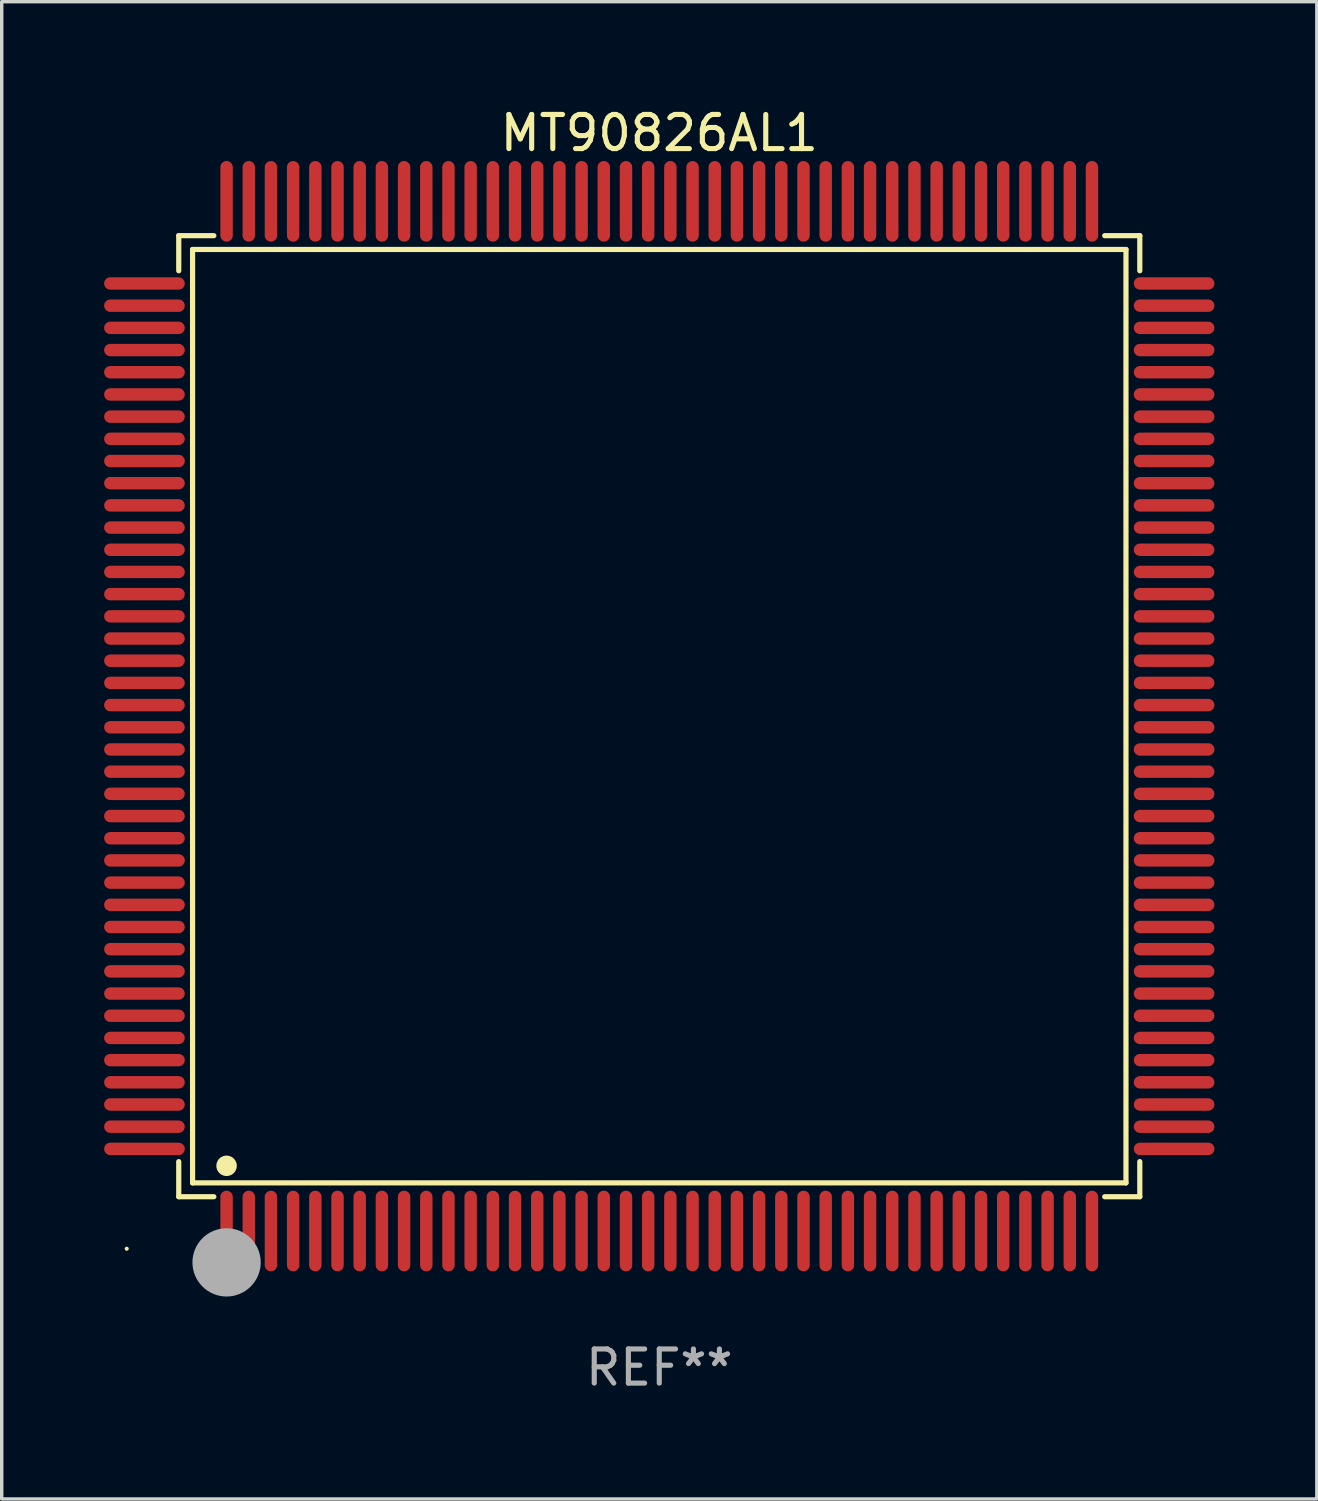
<source format=kicad_pcb>
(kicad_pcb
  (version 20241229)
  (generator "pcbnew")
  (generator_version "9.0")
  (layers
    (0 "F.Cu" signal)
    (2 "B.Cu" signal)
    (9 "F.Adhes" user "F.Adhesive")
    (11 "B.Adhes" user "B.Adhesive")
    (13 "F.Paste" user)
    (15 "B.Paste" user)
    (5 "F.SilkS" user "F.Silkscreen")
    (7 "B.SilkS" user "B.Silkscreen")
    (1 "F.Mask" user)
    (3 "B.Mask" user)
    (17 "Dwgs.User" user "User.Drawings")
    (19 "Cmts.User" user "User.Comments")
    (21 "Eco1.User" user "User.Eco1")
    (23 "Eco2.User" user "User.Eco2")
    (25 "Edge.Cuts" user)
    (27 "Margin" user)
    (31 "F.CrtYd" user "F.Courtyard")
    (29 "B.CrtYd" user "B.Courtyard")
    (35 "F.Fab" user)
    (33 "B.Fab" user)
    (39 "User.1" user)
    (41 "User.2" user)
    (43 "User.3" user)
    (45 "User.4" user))
  (footprint "MT90826AL1"
    (layer "F.Cu")
    (at 16.262 17.929)
    (property "Reference" "MT90826AL1" (at 0 -17.081 0) (layer "F.SilkS") (effects (font (size 1 1) (thickness 0.15))))
    (attr through_hole)
    (fp_line (start -14.076 -14.076) (end -13.048 -14.076) (stroke (width 0.152) (type solid)) (layer "F.SilkS"))
    (fp_line (start -14.076 -13.048) (end -14.076 -14.076) (stroke (width 0.152) (type solid)) (layer "F.SilkS"))
    (fp_line (start -14.076 13.048) (end -14.076 14.076) (stroke (width 0.152) (type solid)) (layer "F.SilkS"))
    (fp_line (start -14.076 14.076) (end -13.048 14.076) (stroke (width 0.152) (type solid)) (layer "F.SilkS"))
    (fp_line (start -13.671 -13.671) (end 13.671 -13.671) (stroke (width 0.152) (type solid)) (layer "F.SilkS"))
    (fp_line (start -13.671 13.671) (end -13.671 -13.671) (stroke (width 0.152) (type solid)) (layer "F.SilkS"))
    (fp_line (start 13.671 -13.671) (end 13.671 13.671) (stroke (width 0.152) (type solid)) (layer "F.SilkS"))
    (fp_line (start 13.671 13.671) (end -13.671 13.671) (stroke (width 0.152) (type solid)) (layer "F.SilkS"))
    (fp_line (start 14.076 -14.076) (end 13.048 -14.076) (stroke (width 0.152) (type solid)) (layer "F.SilkS"))
    (fp_line (start 14.076 -13.048) (end 14.076 -14.076) (stroke (width 0.152) (type solid)) (layer "F.SilkS"))
    (fp_line (start 14.076 13.048) (end 14.076 14.076) (stroke (width 0.152) (type solid)) (layer "F.SilkS"))
    (fp_line (start 14.076 14.076) (end 13.048 14.076) (stroke (width 0.152) (type solid)) (layer "F.SilkS"))
    (fp_circle (center -15.6 15.6) (end -15.57 15.6) (stroke (width 0.06) (type solid)) (fill no) (layer "F.SilkS"))
    (fp_circle (center -12.675 13.171) (end -12.525 13.171) (stroke (width 0.3) (type solid)) (fill no) (layer "F.SilkS"))
    (fp_circle (center -12.675 16.562) (end -12.575 16.562) (stroke (width 0.2) (type solid)) (fill no) (layer "F.SilkS"))
    (fp_circle (center -12.675 16) (end -12.175 16) (stroke (width 1) (type solid)) (fill no) (layer "F.Fab"))
    (fp_text user "REF**" (at 0 19.081 0) (layer "F.Fab") (effects (font (size 1 1) (thickness 0.15))))
    (pad "1" smd oval (at -12.675 15.081) (size 0.364 2.362) (layers "F.Cu" "F.Mask" "F.Paste"))
    (pad "2" smd oval (at -12.025 15.081) (size 0.364 2.362) (layers "F.Cu" "F.Mask" "F.Paste"))
    (pad "3" smd oval (at -11.375 15.081) (size 0.364 2.362) (layers "F.Cu" "F.Mask" "F.Paste"))
    (pad "4" smd oval (at -10.725 15.081) (size 0.364 2.362) (layers "F.Cu" "F.Mask" "F.Paste"))
    (pad "5" smd oval (at -10.075 15.081) (size 0.364 2.362) (layers "F.Cu" "F.Mask" "F.Paste"))
    (pad "6" smd oval (at -9.425 15.081) (size 0.364 2.362) (layers "F.Cu" "F.Mask" "F.Paste"))
    (pad "7" smd oval (at -8.775 15.081) (size 0.364 2.362) (layers "F.Cu" "F.Mask" "F.Paste"))
    (pad "8" smd oval (at -8.125 15.081) (size 0.364 2.362) (layers "F.Cu" "F.Mask" "F.Paste"))
    (pad "9" smd oval (at -7.475 15.081) (size 0.364 2.362) (layers "F.Cu" "F.Mask" "F.Paste"))
    (pad "10" smd oval (at -6.825 15.081) (size 0.364 2.362) (layers "F.Cu" "F.Mask" "F.Paste"))
    (pad "11" smd oval (at -6.175 15.081) (size 0.364 2.362) (layers "F.Cu" "F.Mask" "F.Paste"))
    (pad "12" smd oval (at -5.525 15.081) (size 0.364 2.362) (layers "F.Cu" "F.Mask" "F.Paste"))
    (pad "13" smd oval (at -4.875 15.081) (size 0.364 2.362) (layers "F.Cu" "F.Mask" "F.Paste"))
    (pad "14" smd oval (at -4.225 15.081) (size 0.364 2.362) (layers "F.Cu" "F.Mask" "F.Paste"))
    (pad "15" smd oval (at -3.575 15.081) (size 0.364 2.362) (layers "F.Cu" "F.Mask" "F.Paste"))
    (pad "16" smd oval (at -2.925 15.081) (size 0.364 2.362) (layers "F.Cu" "F.Mask" "F.Paste"))
    (pad "17" smd oval (at -2.275 15.081) (size 0.364 2.362) (layers "F.Cu" "F.Mask" "F.Paste"))
    (pad "18" smd oval (at -1.625 15.081) (size 0.364 2.362) (layers "F.Cu" "F.Mask" "F.Paste"))
    (pad "19" smd oval (at -0.975 15.081) (size 0.364 2.362) (layers "F.Cu" "F.Mask" "F.Paste"))
    (pad "20" smd oval (at -0.325 15.081) (size 0.364 2.362) (layers "F.Cu" "F.Mask" "F.Paste"))
    (pad "21" smd oval (at 0.325 15.081) (size 0.364 2.362) (layers "F.Cu" "F.Mask" "F.Paste"))
    (pad "22" smd oval (at 0.975 15.081) (size 0.364 2.362) (layers "F.Cu" "F.Mask" "F.Paste"))
    (pad "23" smd oval (at 1.625 15.081) (size 0.364 2.362) (layers "F.Cu" "F.Mask" "F.Paste"))
    (pad "24" smd oval (at 2.275 15.081) (size 0.364 2.362) (layers "F.Cu" "F.Mask" "F.Paste"))
    (pad "25" smd oval (at 2.925 15.081) (size 0.364 2.362) (layers "F.Cu" "F.Mask" "F.Paste"))
    (pad "26" smd oval (at 3.575 15.081) (size 0.364 2.362) (layers "F.Cu" "F.Mask" "F.Paste"))
    (pad "27" smd oval (at 4.225 15.081) (size 0.364 2.362) (layers "F.Cu" "F.Mask" "F.Paste"))
    (pad "28" smd oval (at 4.875 15.081) (size 0.364 2.362) (layers "F.Cu" "F.Mask" "F.Paste"))
    (pad "29" smd oval (at 5.525 15.081) (size 0.364 2.362) (layers "F.Cu" "F.Mask" "F.Paste"))
    (pad "30" smd oval (at 6.175 15.081) (size 0.364 2.362) (layers "F.Cu" "F.Mask" "F.Paste"))
    (pad "31" smd oval (at 6.825 15.081) (size 0.364 2.362) (layers "F.Cu" "F.Mask" "F.Paste"))
    (pad "32" smd oval (at 7.475 15.081) (size 0.364 2.362) (layers "F.Cu" "F.Mask" "F.Paste"))
    (pad "33" smd oval (at 8.125 15.081) (size 0.364 2.362) (layers "F.Cu" "F.Mask" "F.Paste"))
    (pad "34" smd oval (at 8.775 15.081) (size 0.364 2.362) (layers "F.Cu" "F.Mask" "F.Paste"))
    (pad "35" smd oval (at 9.425 15.081) (size 0.364 2.362) (layers "F.Cu" "F.Mask" "F.Paste"))
    (pad "36" smd oval (at 10.075 15.081) (size 0.364 2.362) (layers "F.Cu" "F.Mask" "F.Paste"))
    (pad "37" smd oval (at 10.725 15.081) (size 0.364 2.362) (layers "F.Cu" "F.Mask" "F.Paste"))
    (pad "38" smd oval (at 11.375 15.081) (size 0.364 2.362) (layers "F.Cu" "F.Mask" "F.Paste"))
    (pad "39" smd oval (at 12.025 15.081) (size 0.364 2.362) (layers "F.Cu" "F.Mask" "F.Paste"))
    (pad "40" smd oval (at 12.675 15.081) (size 0.364 2.362) (layers "F.Cu" "F.Mask" "F.Paste"))
    (pad "41" smd oval (at 15.081 12.675) (size 2.362 0.364) (layers "F.Cu" "F.Mask" "F.Paste"))
    (pad "42" smd oval (at 15.081 12.025) (size 2.362 0.364) (layers "F.Cu" "F.Mask" "F.Paste"))
    (pad "43" smd oval (at 15.081 11.375) (size 2.362 0.364) (layers "F.Cu" "F.Mask" "F.Paste"))
    (pad "44" smd oval (at 15.081 10.725) (size 2.362 0.364) (layers "F.Cu" "F.Mask" "F.Paste"))
    (pad "45" smd oval (at 15.081 10.075) (size 2.362 0.364) (layers "F.Cu" "F.Mask" "F.Paste"))
    (pad "46" smd oval (at 15.081 9.425) (size 2.362 0.364) (layers "F.Cu" "F.Mask" "F.Paste"))
    (pad "47" smd oval (at 15.081 8.775) (size 2.362 0.364) (layers "F.Cu" "F.Mask" "F.Paste"))
    (pad "48" smd oval (at 15.081 8.125) (size 2.362 0.364) (layers "F.Cu" "F.Mask" "F.Paste"))
    (pad "49" smd oval (at 15.081 7.475) (size 2.362 0.364) (layers "F.Cu" "F.Mask" "F.Paste"))
    (pad "50" smd oval (at 15.081 6.825) (size 2.362 0.364) (layers "F.Cu" "F.Mask" "F.Paste"))
    (pad "51" smd oval (at 15.081 6.175) (size 2.362 0.364) (layers "F.Cu" "F.Mask" "F.Paste"))
    (pad "52" smd oval (at 15.081 5.525) (size 2.362 0.364) (layers "F.Cu" "F.Mask" "F.Paste"))
    (pad "53" smd oval (at 15.081 4.875) (size 2.362 0.364) (layers "F.Cu" "F.Mask" "F.Paste"))
    (pad "54" smd oval (at 15.081 4.225) (size 2.362 0.364) (layers "F.Cu" "F.Mask" "F.Paste"))
    (pad "55" smd oval (at 15.081 3.575) (size 2.362 0.364) (layers "F.Cu" "F.Mask" "F.Paste"))
    (pad "56" smd oval (at 15.081 2.925) (size 2.362 0.364) (layers "F.Cu" "F.Mask" "F.Paste"))
    (pad "57" smd oval (at 15.081 2.275) (size 2.362 0.364) (layers "F.Cu" "F.Mask" "F.Paste"))
    (pad "58" smd oval (at 15.081 1.625) (size 2.362 0.364) (layers "F.Cu" "F.Mask" "F.Paste"))
    (pad "59" smd oval (at 15.081 0.975) (size 2.362 0.364) (layers "F.Cu" "F.Mask" "F.Paste"))
    (pad "60" smd oval (at 15.081 0.325) (size 2.362 0.364) (layers "F.Cu" "F.Mask" "F.Paste"))
    (pad "61" smd oval (at 15.081 -0.325) (size 2.362 0.364) (layers "F.Cu" "F.Mask" "F.Paste"))
    (pad "62" smd oval (at 15.081 -0.975) (size 2.362 0.364) (layers "F.Cu" "F.Mask" "F.Paste"))
    (pad "63" smd oval (at 15.081 -1.625) (size 2.362 0.364) (layers "F.Cu" "F.Mask" "F.Paste"))
    (pad "64" smd oval (at 15.081 -2.275) (size 2.362 0.364) (layers "F.Cu" "F.Mask" "F.Paste"))
    (pad "65" smd oval (at 15.081 -2.925) (size 2.362 0.364) (layers "F.Cu" "F.Mask" "F.Paste"))
    (pad "66" smd oval (at 15.081 -3.575) (size 2.362 0.364) (layers "F.Cu" "F.Mask" "F.Paste"))
    (pad "67" smd oval (at 15.081 -4.225) (size 2.362 0.364) (layers "F.Cu" "F.Mask" "F.Paste"))
    (pad "68" smd oval (at 15.081 -4.875) (size 2.362 0.364) (layers "F.Cu" "F.Mask" "F.Paste"))
    (pad "69" smd oval (at 15.081 -5.525) (size 2.362 0.364) (layers "F.Cu" "F.Mask" "F.Paste"))
    (pad "70" smd oval (at 15.081 -6.175) (size 2.362 0.364) (layers "F.Cu" "F.Mask" "F.Paste"))
    (pad "71" smd oval (at 15.081 -6.825) (size 2.362 0.364) (layers "F.Cu" "F.Mask" "F.Paste"))
    (pad "72" smd oval (at 15.081 -7.475) (size 2.362 0.364) (layers "F.Cu" "F.Mask" "F.Paste"))
    (pad "73" smd oval (at 15.081 -8.125) (size 2.362 0.364) (layers "F.Cu" "F.Mask" "F.Paste"))
    (pad "74" smd oval (at 15.081 -8.775) (size 2.362 0.364) (layers "F.Cu" "F.Mask" "F.Paste"))
    (pad "75" smd oval (at 15.081 -9.425) (size 2.362 0.364) (layers "F.Cu" "F.Mask" "F.Paste"))
    (pad "76" smd oval (at 15.081 -10.075) (size 2.362 0.364) (layers "F.Cu" "F.Mask" "F.Paste"))
    (pad "77" smd oval (at 15.081 -10.725) (size 2.362 0.364) (layers "F.Cu" "F.Mask" "F.Paste"))
    (pad "78" smd oval (at 15.081 -11.375) (size 2.362 0.364) (layers "F.Cu" "F.Mask" "F.Paste"))
    (pad "79" smd oval (at 15.081 -12.025) (size 2.362 0.364) (layers "F.Cu" "F.Mask" "F.Paste"))
    (pad "80" smd oval (at 15.081 -12.675) (size 2.362 0.364) (layers "F.Cu" "F.Mask" "F.Paste"))
    (pad "81" smd oval (at 12.675 -15.081) (size 0.364 2.362) (layers "F.Cu" "F.Mask" "F.Paste"))
    (pad "82" smd oval (at 12.025 -15.081) (size 0.364 2.362) (layers "F.Cu" "F.Mask" "F.Paste"))
    (pad "83" smd oval (at 11.375 -15.081) (size 0.364 2.362) (layers "F.Cu" "F.Mask" "F.Paste"))
    (pad "84" smd oval (at 10.725 -15.081) (size 0.364 2.362) (layers "F.Cu" "F.Mask" "F.Paste"))
    (pad "85" smd oval (at 10.075 -15.081) (size 0.364 2.362) (layers "F.Cu" "F.Mask" "F.Paste"))
    (pad "86" smd oval (at 9.425 -15.081) (size 0.364 2.362) (layers "F.Cu" "F.Mask" "F.Paste"))
    (pad "87" smd oval (at 8.775 -15.081) (size 0.364 2.362) (layers "F.Cu" "F.Mask" "F.Paste"))
    (pad "88" smd oval (at 8.125 -15.081) (size 0.364 2.362) (layers "F.Cu" "F.Mask" "F.Paste"))
    (pad "89" smd oval (at 7.475 -15.081) (size 0.364 2.362) (layers "F.Cu" "F.Mask" "F.Paste"))
    (pad "90" smd oval (at 6.825 -15.081) (size 0.364 2.362) (layers "F.Cu" "F.Mask" "F.Paste"))
    (pad "91" smd oval (at 6.175 -15.081) (size 0.364 2.362) (layers "F.Cu" "F.Mask" "F.Paste"))
    (pad "92" smd oval (at 5.525 -15.081) (size 0.364 2.362) (layers "F.Cu" "F.Mask" "F.Paste"))
    (pad "93" smd oval (at 4.875 -15.081) (size 0.364 2.362) (layers "F.Cu" "F.Mask" "F.Paste"))
    (pad "94" smd oval (at 4.225 -15.081) (size 0.364 2.362) (layers "F.Cu" "F.Mask" "F.Paste"))
    (pad "95" smd oval (at 3.575 -15.081) (size 0.364 2.362) (layers "F.Cu" "F.Mask" "F.Paste"))
    (pad "96" smd oval (at 2.925 -15.081) (size 0.364 2.362) (layers "F.Cu" "F.Mask" "F.Paste"))
    (pad "97" smd oval (at 2.275 -15.081) (size 0.364 2.362) (layers "F.Cu" "F.Mask" "F.Paste"))
    (pad "98" smd oval (at 1.625 -15.081) (size 0.364 2.362) (layers "F.Cu" "F.Mask" "F.Paste"))
    (pad "99" smd oval (at 0.975 -15.081) (size 0.364 2.362) (layers "F.Cu" "F.Mask" "F.Paste"))
    (pad "100" smd oval (at 0.325 -15.081) (size 0.364 2.362) (layers "F.Cu" "F.Mask" "F.Paste"))
    (pad "101" smd oval (at -0.325 -15.081) (size 0.364 2.362) (layers "F.Cu" "F.Mask" "F.Paste"))
    (pad "102" smd oval (at -0.975 -15.081) (size 0.364 2.362) (layers "F.Cu" "F.Mask" "F.Paste"))
    (pad "103" smd oval (at -1.625 -15.081) (size 0.364 2.362) (layers "F.Cu" "F.Mask" "F.Paste"))
    (pad "104" smd oval (at -2.275 -15.081) (size 0.364 2.362) (layers "F.Cu" "F.Mask" "F.Paste"))
    (pad "105" smd oval (at -2.925 -15.081) (size 0.364 2.362) (layers "F.Cu" "F.Mask" "F.Paste"))
    (pad "106" smd oval (at -3.575 -15.081) (size 0.364 2.362) (layers "F.Cu" "F.Mask" "F.Paste"))
    (pad "107" smd oval (at -4.225 -15.081) (size 0.364 2.362) (layers "F.Cu" "F.Mask" "F.Paste"))
    (pad "108" smd oval (at -4.875 -15.081) (size 0.364 2.362) (layers "F.Cu" "F.Mask" "F.Paste"))
    (pad "109" smd oval (at -5.525 -15.081) (size 0.364 2.362) (layers "F.Cu" "F.Mask" "F.Paste"))
    (pad "110" smd oval (at -6.175 -15.081) (size 0.364 2.362) (layers "F.Cu" "F.Mask" "F.Paste"))
    (pad "111" smd oval (at -6.825 -15.081) (size 0.364 2.362) (layers "F.Cu" "F.Mask" "F.Paste"))
    (pad "112" smd oval (at -7.475 -15.081) (size 0.364 2.362) (layers "F.Cu" "F.Mask" "F.Paste"))
    (pad "113" smd oval (at -8.125 -15.081) (size 0.364 2.362) (layers "F.Cu" "F.Mask" "F.Paste"))
    (pad "114" smd oval (at -8.775 -15.081) (size 0.364 2.362) (layers "F.Cu" "F.Mask" "F.Paste"))
    (pad "115" smd oval (at -9.425 -15.081) (size 0.364 2.362) (layers "F.Cu" "F.Mask" "F.Paste"))
    (pad "116" smd oval (at -10.075 -15.081) (size 0.364 2.362) (layers "F.Cu" "F.Mask" "F.Paste"))
    (pad "117" smd oval (at -10.725 -15.081) (size 0.364 2.362) (layers "F.Cu" "F.Mask" "F.Paste"))
    (pad "118" smd oval (at -11.375 -15.081) (size 0.364 2.362) (layers "F.Cu" "F.Mask" "F.Paste"))
    (pad "119" smd oval (at -12.025 -15.081) (size 0.364 2.362) (layers "F.Cu" "F.Mask" "F.Paste"))
    (pad "120" smd oval (at -12.675 -15.081) (size 0.364 2.362) (layers "F.Cu" "F.Mask" "F.Paste"))
    (pad "121" smd oval (at -15.081 -12.675) (size 2.362 0.364) (layers "F.Cu" "F.Mask" "F.Paste"))
    (pad "122" smd oval (at -15.081 -12.025) (size 2.362 0.364) (layers "F.Cu" "F.Mask" "F.Paste"))
    (pad "123" smd oval (at -15.081 -11.375) (size 2.362 0.364) (layers "F.Cu" "F.Mask" "F.Paste"))
    (pad "124" smd oval (at -15.081 -10.725) (size 2.362 0.364) (layers "F.Cu" "F.Mask" "F.Paste"))
    (pad "125" smd oval (at -15.081 -10.075) (size 2.362 0.364) (layers "F.Cu" "F.Mask" "F.Paste"))
    (pad "126" smd oval (at -15.081 -9.425) (size 2.362 0.364) (layers "F.Cu" "F.Mask" "F.Paste"))
    (pad "127" smd oval (at -15.081 -8.775) (size 2.362 0.364) (layers "F.Cu" "F.Mask" "F.Paste"))
    (pad "128" smd oval (at -15.081 -8.125) (size 2.362 0.364) (layers "F.Cu" "F.Mask" "F.Paste"))
    (pad "129" smd oval (at -15.081 -7.475) (size 2.362 0.364) (layers "F.Cu" "F.Mask" "F.Paste"))
    (pad "130" smd oval (at -15.081 -6.825) (size 2.362 0.364) (layers "F.Cu" "F.Mask" "F.Paste"))
    (pad "131" smd oval (at -15.081 -6.175) (size 2.362 0.364) (layers "F.Cu" "F.Mask" "F.Paste"))
    (pad "132" smd oval (at -15.081 -5.525) (size 2.362 0.364) (layers "F.Cu" "F.Mask" "F.Paste"))
    (pad "133" smd oval (at -15.081 -4.875) (size 2.362 0.364) (layers "F.Cu" "F.Mask" "F.Paste"))
    (pad "134" smd oval (at -15.081 -4.225) (size 2.362 0.364) (layers "F.Cu" "F.Mask" "F.Paste"))
    (pad "135" smd oval (at -15.081 -3.575) (size 2.362 0.364) (layers "F.Cu" "F.Mask" "F.Paste"))
    (pad "136" smd oval (at -15.081 -2.925) (size 2.362 0.364) (layers "F.Cu" "F.Mask" "F.Paste"))
    (pad "137" smd oval (at -15.081 -2.275) (size 2.362 0.364) (layers "F.Cu" "F.Mask" "F.Paste"))
    (pad "138" smd oval (at -15.081 -1.625) (size 2.362 0.364) (layers "F.Cu" "F.Mask" "F.Paste"))
    (pad "139" smd oval (at -15.081 -0.975) (size 2.362 0.364) (layers "F.Cu" "F.Mask" "F.Paste"))
    (pad "140" smd oval (at -15.081 -0.325) (size 2.362 0.364) (layers "F.Cu" "F.Mask" "F.Paste"))
    (pad "141" smd oval (at -15.081 0.325) (size 2.362 0.364) (layers "F.Cu" "F.Mask" "F.Paste"))
    (pad "142" smd oval (at -15.081 0.975) (size 2.362 0.364) (layers "F.Cu" "F.Mask" "F.Paste"))
    (pad "143" smd oval (at -15.081 1.625) (size 2.362 0.364) (layers "F.Cu" "F.Mask" "F.Paste"))
    (pad "144" smd oval (at -15.081 2.275) (size 2.362 0.364) (layers "F.Cu" "F.Mask" "F.Paste"))
    (pad "145" smd oval (at -15.081 2.925) (size 2.362 0.364) (layers "F.Cu" "F.Mask" "F.Paste"))
    (pad "146" smd oval (at -15.081 3.575) (size 2.362 0.364) (layers "F.Cu" "F.Mask" "F.Paste"))
    (pad "147" smd oval (at -15.081 4.225) (size 2.362 0.364) (layers "F.Cu" "F.Mask" "F.Paste"))
    (pad "148" smd oval (at -15.081 4.875) (size 2.362 0.364) (layers "F.Cu" "F.Mask" "F.Paste"))
    (pad "149" smd oval (at -15.081 5.525) (size 2.362 0.364) (layers "F.Cu" "F.Mask" "F.Paste"))
    (pad "150" smd oval (at -15.081 6.175) (size 2.362 0.364) (layers "F.Cu" "F.Mask" "F.Paste"))
    (pad "151" smd oval (at -15.081 6.825) (size 2.362 0.364) (layers "F.Cu" "F.Mask" "F.Paste"))
    (pad "152" smd oval (at -15.081 7.475) (size 2.362 0.364) (layers "F.Cu" "F.Mask" "F.Paste"))
    (pad "153" smd oval (at -15.081 8.125) (size 2.362 0.364) (layers "F.Cu" "F.Mask" "F.Paste"))
    (pad "154" smd oval (at -15.081 8.775) (size 2.362 0.364) (layers "F.Cu" "F.Mask" "F.Paste"))
    (pad "155" smd oval (at -15.081 9.425) (size 2.362 0.364) (layers "F.Cu" "F.Mask" "F.Paste"))
    (pad "156" smd oval (at -15.081 10.075) (size 2.362 0.364) (layers "F.Cu" "F.Mask" "F.Paste"))
    (pad "157" smd oval (at -15.081 10.725) (size 2.362 0.364) (layers "F.Cu" "F.Mask" "F.Paste"))
    (pad "158" smd oval (at -15.081 11.375) (size 2.362 0.364) (layers "F.Cu" "F.Mask" "F.Paste"))
    (pad "159" smd oval (at -15.081 12.025) (size 2.362 0.364) (layers "F.Cu" "F.Mask" "F.Paste"))
    (pad "160" smd oval (at -15.081 12.675) (size 2.362 0.364) (layers "F.Cu" "F.Mask" "F.Paste")))
  (gr_rect
    (start -3 -3)
    (end 35.524 40.859)
    (stroke (width 0.1) (type default))
    (fill no)
    (layer "Edge.Cuts")))
</source>
